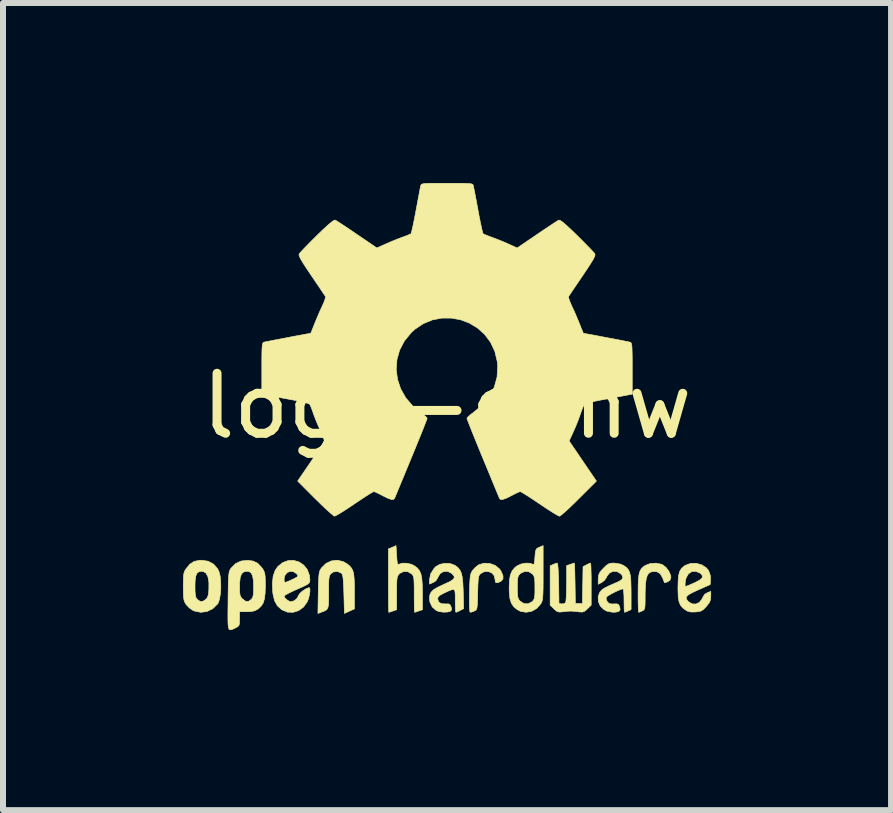
<source format=kicad_pcb>
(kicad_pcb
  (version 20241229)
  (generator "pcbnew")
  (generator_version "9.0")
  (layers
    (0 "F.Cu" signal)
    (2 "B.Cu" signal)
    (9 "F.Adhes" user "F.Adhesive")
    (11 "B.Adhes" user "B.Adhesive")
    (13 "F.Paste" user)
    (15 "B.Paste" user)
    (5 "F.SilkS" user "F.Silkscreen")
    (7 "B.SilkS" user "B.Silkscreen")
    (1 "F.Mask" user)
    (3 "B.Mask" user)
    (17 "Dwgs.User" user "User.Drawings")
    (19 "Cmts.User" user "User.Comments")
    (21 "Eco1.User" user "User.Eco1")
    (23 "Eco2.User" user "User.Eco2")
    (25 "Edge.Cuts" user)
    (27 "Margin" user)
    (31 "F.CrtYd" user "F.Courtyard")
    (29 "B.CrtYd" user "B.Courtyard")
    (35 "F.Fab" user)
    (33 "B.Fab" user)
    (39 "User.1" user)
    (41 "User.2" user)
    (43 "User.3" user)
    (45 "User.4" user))
  (footprint "logo-oshw"
    (layer "F.Cu")
    (at 4.401 3.717)
    (property "Reference" "logo-oshw" (at 0 0 0) (layer "F.SilkS") (effects (font (size 1 1) (thickness 0.15))))
    (attr exclude_from_pos_files exclude_from_bom)
    (fp_poly (pts (xy 3.571 2.637) (xy 3.594 2.647) (xy 3.65 2.691) (xy 3.698 2.755) (xy 3.727 2.823) (xy 3.732 2.857) (xy 3.716 2.904) (xy 3.68 2.928) (xy 3.643 2.943) (xy 3.625 2.946) (xy 3.617 2.926) (xy 3.6 2.882) (xy 3.593 2.863) (xy 3.552 2.794) (xy 3.493 2.76) (xy 3.417 2.761) (xy 3.411 2.763) (xy 3.37 2.782) (xy 3.34 2.819) (xy 3.32 2.88) (xy 3.308 2.968) (xy 3.303 3.088) (xy 3.302 3.152) (xy 3.302 3.252) (xy 3.3 3.321) (xy 3.296 3.365) (xy 3.287 3.39) (xy 3.274 3.405) (xy 3.253 3.416) (xy 3.252 3.416) (xy 3.213 3.433) (xy 3.194 3.439) (xy 3.191 3.42) (xy 3.188 3.369) (xy 3.186 3.292) (xy 3.185 3.196) (xy 3.185 3.125) (xy 3.186 2.989) (xy 3.19 2.885) (xy 3.2 2.808) (xy 3.216 2.752) (xy 3.24 2.711) (xy 3.274 2.679) (xy 3.308 2.656) (xy 3.388 2.626) (xy 3.482 2.62) (xy 3.571 2.637)) (stroke (width 0.01) (type solid)) (fill yes) (layer "F.SilkS"))
    (fp_poly (pts (xy -1.728 2.595) (xy -1.666 2.631) (xy -1.622 2.667) (xy -1.59 2.705) (xy -1.568 2.751) (xy -1.554 2.812) (xy -1.547 2.895) (xy -1.544 3.007) (xy -1.544 3.087) (xy -1.544 3.382) (xy -1.71 3.457) (xy -1.719 3.133) (xy -1.723 3.013) (xy -1.728 2.925) (xy -1.733 2.865) (xy -1.74 2.825) (xy -1.75 2.801) (xy -1.763 2.786) (xy -1.767 2.783) (xy -1.831 2.757) (xy -1.896 2.767) (xy -1.934 2.794) (xy -1.95 2.813) (xy -1.961 2.838) (xy -1.968 2.876) (xy -1.972 2.934) (xy -1.973 3.018) (xy -1.973 3.106) (xy -1.973 3.216) (xy -1.975 3.294) (xy -1.982 3.347) (xy -1.995 3.381) (xy -2.018 3.404) (xy -2.053 3.421) (xy -2.1 3.439) (xy -2.152 3.458) (xy -2.146 3.111) (xy -2.143 2.986) (xy -2.14 2.894) (xy -2.136 2.828) (xy -2.13 2.781) (xy -2.121 2.748) (xy -2.108 2.722) (xy -2.092 2.699) (xy -2.018 2.625) (xy -1.926 2.582) (xy -1.827 2.571) (xy -1.728 2.595)) (stroke (width 0.01) (type solid)) (fill yes) (layer "F.SilkS"))
    (fp_poly (pts (xy 0.713 2.625) (xy 0.802 2.657) (xy 0.874 2.715) (xy 0.902 2.756) (xy 0.933 2.831) (xy 0.932 2.885) (xy 0.9 2.921) (xy 0.888 2.928) (xy 0.837 2.947) (xy 0.81 2.942) (xy 0.802 2.91) (xy 0.801 2.892) (xy 0.785 2.826) (xy 0.742 2.78) (xy 0.683 2.758) (xy 0.617 2.763) (xy 0.564 2.792) (xy 0.546 2.809) (xy 0.533 2.829) (xy 0.524 2.859) (xy 0.519 2.907) (xy 0.515 2.978) (xy 0.512 3.08) (xy 0.511 3.112) (xy 0.509 3.222) (xy 0.506 3.3) (xy 0.501 3.351) (xy 0.494 3.383) (xy 0.483 3.401) (xy 0.467 3.412) (xy 0.457 3.417) (xy 0.413 3.433) (xy 0.388 3.439) (xy 0.379 3.421) (xy 0.374 3.365) (xy 0.372 3.272) (xy 0.374 3.141) (xy 0.374 3.121) (xy 0.377 3.002) (xy 0.381 2.914) (xy 0.386 2.853) (xy 0.393 2.809) (xy 0.404 2.778) (xy 0.419 2.751) (xy 0.427 2.74) (xy 0.472 2.69) (xy 0.522 2.651) (xy 0.528 2.647) (xy 0.618 2.62) (xy 0.713 2.625)) (stroke (width 0.01) (type solid)) (fill yes) (layer "F.SilkS"))
    (fp_poly (pts (xy -0.84 2.492) (xy -0.834 2.572) (xy -0.828 2.619) (xy -0.819 2.64) (xy -0.805 2.64) (xy -0.801 2.637) (xy -0.744 2.62) (xy -0.669 2.621) (xy -0.593 2.639) (xy -0.545 2.663) (xy -0.496 2.7) (xy -0.461 2.743) (xy -0.436 2.797) (xy -0.421 2.869) (xy -0.413 2.966) (xy -0.41 3.095) (xy -0.41 3.119) (xy -0.41 3.396) (xy -0.472 3.417) (xy -0.516 3.432) (xy -0.54 3.439) (xy -0.54 3.439) (xy -0.543 3.42) (xy -0.545 3.37) (xy -0.546 3.293) (xy -0.547 3.197) (xy -0.547 3.139) (xy -0.547 3.025) (xy -0.549 2.943) (xy -0.552 2.886) (xy -0.558 2.849) (xy -0.568 2.825) (xy -0.583 2.806) (xy -0.592 2.797) (xy -0.655 2.761) (xy -0.724 2.759) (xy -0.786 2.789) (xy -0.798 2.8) (xy -0.815 2.821) (xy -0.826 2.845) (xy -0.834 2.881) (xy -0.838 2.934) (xy -0.84 3.012) (xy -0.84 3.121) (xy -0.84 3.396) (xy -0.902 3.417) (xy -0.945 3.432) (xy -0.969 3.439) (xy -0.97 3.439) (xy -0.972 3.42) (xy -0.974 3.367) (xy -0.975 3.286) (xy -0.976 3.18) (xy -0.977 3.055) (xy -0.977 2.916) (xy -0.977 2.382) (xy -0.85 2.328) (xy -0.84 2.492)) (stroke (width 0.01) (type solid)) (fill yes) (layer "F.SilkS"))
    (fp_poly (pts (xy 2.396 2.637) (xy 2.399 2.688) (xy 2.401 2.766) (xy 2.403 2.865) (xy 2.403 2.968) (xy 2.403 3.319) (xy 2.341 3.38) (xy 2.299 3.418) (xy 2.261 3.434) (xy 2.21 3.433) (xy 2.19 3.43) (xy 2.127 3.423) (xy 2.074 3.419) (xy 2.061 3.419) (xy 2.018 3.421) (xy 1.957 3.427) (xy 1.933 3.43) (xy 1.874 3.435) (xy 1.834 3.425) (xy 1.795 3.394) (xy 1.781 3.38) (xy 1.719 3.319) (xy 1.719 2.664) (xy 1.769 2.641) (xy 1.812 2.624) (xy 1.837 2.618) (xy 1.844 2.637) (xy 1.85 2.689) (xy 1.855 2.768) (xy 1.859 2.87) (xy 1.861 2.955) (xy 1.866 3.292) (xy 1.913 3.299) (xy 1.955 3.294) (xy 1.976 3.279) (xy 1.982 3.251) (xy 1.987 3.192) (xy 1.99 3.108) (xy 1.992 3.009) (xy 1.993 2.957) (xy 1.993 2.661) (xy 2.054 2.64) (xy 2.098 2.625) (xy 2.122 2.618) (xy 2.122 2.618) (xy 2.125 2.637) (xy 2.127 2.688) (xy 2.13 2.766) (xy 2.132 2.864) (xy 2.134 2.955) (xy 2.139 3.292) (xy 2.257 3.292) (xy 2.262 2.985) (xy 2.267 2.677) (xy 2.325 2.648) (xy 2.367 2.627) (xy 2.392 2.618) (xy 2.392 2.618) (xy 2.396 2.637)) (stroke (width 0.01) (type solid)) (fill yes) (layer "F.SilkS"))
    (fp_poly (pts (xy -3.983 2.587) (xy -3.892 2.635) (xy -3.824 2.713) (xy -3.8 2.763) (xy -3.781 2.838) (xy -3.772 2.932) (xy -3.771 3.035) (xy -3.778 3.136) (xy -3.793 3.223) (xy -3.815 3.286) (xy -3.822 3.297) (xy -3.903 3.377) (xy -4 3.425) (xy -4.104 3.439) (xy -4.21 3.418) (xy -4.239 3.405) (xy -4.297 3.364) (xy -4.347 3.311) (xy -4.352 3.304) (xy -4.371 3.271) (xy -4.384 3.236) (xy -4.391 3.19) (xy -4.395 3.125) (xy -4.396 3.03) (xy -4.396 3.009) (xy -4.396 3.002) (xy -4.201 3.002) (xy -4.2 3.091) (xy -4.195 3.151) (xy -4.186 3.189) (xy -4.17 3.215) (xy -4.162 3.224) (xy -4.115 3.257) (xy -4.07 3.256) (xy -4.024 3.227) (xy -3.996 3.196) (xy -3.98 3.151) (xy -3.971 3.079) (xy -3.97 3.071) (xy -3.969 2.942) (xy -3.985 2.846) (xy -4.019 2.784) (xy -4.07 2.756) (xy -4.088 2.755) (xy -4.136 2.763) (xy -4.169 2.789) (xy -4.189 2.839) (xy -4.199 2.919) (xy -4.201 3.002) (xy -4.396 3.002) (xy -4.395 2.908) (xy -4.392 2.838) (xy -4.386 2.789) (xy -4.374 2.753) (xy -4.356 2.722) (xy -4.352 2.716) (xy -4.286 2.636) (xy -4.213 2.59) (xy -4.125 2.572) (xy -4.095 2.571) (xy -3.983 2.587)) (stroke (width 0.01) (type solid)) (fill yes) (layer "F.SilkS"))
    (fp_poly (pts (xy 4.245 2.648) (xy 4.323 2.698) (xy 4.36 2.744) (xy 4.389 2.826) (xy 4.392 2.891) (xy 4.386 2.977) (xy 4.186 3.065) (xy 4.089 3.11) (xy 4.025 3.146) (xy 3.992 3.177) (xy 3.986 3.207) (xy 4.005 3.241) (xy 4.025 3.263) (xy 4.084 3.298) (xy 4.148 3.301) (xy 4.207 3.273) (xy 4.25 3.218) (xy 4.258 3.199) (xy 4.295 3.138) (xy 4.338 3.113) (xy 4.396 3.09) (xy 4.396 3.174) (xy 4.391 3.231) (xy 4.371 3.279) (xy 4.328 3.334) (xy 4.322 3.342) (xy 4.275 3.391) (xy 4.234 3.417) (xy 4.183 3.429) (xy 4.141 3.433) (xy 4.066 3.434) (xy 4.012 3.421) (xy 3.979 3.403) (xy 3.926 3.362) (xy 3.89 3.318) (xy 3.867 3.262) (xy 3.854 3.187) (xy 3.85 3.084) (xy 3.849 3.032) (xy 3.851 2.97) (xy 3.968 2.97) (xy 3.97 3.003) (xy 3.973 3.009) (xy 3.996 3.001) (xy 4.044 2.982) (xy 4.109 2.954) (xy 4.122 2.948) (xy 4.204 2.906) (xy 4.249 2.87) (xy 4.259 2.835) (xy 4.236 2.801) (xy 4.216 2.785) (xy 4.145 2.755) (xy 4.079 2.76) (xy 4.024 2.797) (xy 3.986 2.863) (xy 3.973 2.916) (xy 3.968 2.97) (xy 3.851 2.97) (xy 3.852 2.911) (xy 3.861 2.821) (xy 3.879 2.755) (xy 3.909 2.707) (xy 3.953 2.669) (xy 3.972 2.656) (xy 4.059 2.624) (xy 4.154 2.622) (xy 4.245 2.648)) (stroke (width 0.01) (type solid)) (fill yes) (layer "F.SilkS"))
    (fp_poly (pts (xy 1.602 2.78) (xy 1.602 2.926) (xy 1.601 3.039) (xy 1.599 3.123) (xy 1.595 3.184) (xy 1.59 3.227) (xy 1.582 3.259) (xy 1.571 3.283) (xy 1.563 3.297) (xy 1.497 3.373) (xy 1.412 3.421) (xy 1.319 3.438) (xy 1.226 3.423) (xy 1.17 3.394) (xy 1.112 3.346) (xy 1.072 3.286) (xy 1.048 3.209) (xy 1.037 3.105) (xy 1.036 3.028) (xy 1.036 3.023) (xy 1.172 3.023) (xy 1.173 3.11) (xy 1.177 3.168) (xy 1.186 3.206) (xy 1.201 3.233) (xy 1.22 3.254) (xy 1.283 3.294) (xy 1.351 3.297) (xy 1.415 3.264) (xy 1.42 3.26) (xy 1.441 3.236) (xy 1.455 3.208) (xy 1.462 3.167) (xy 1.465 3.102) (xy 1.465 3.031) (xy 1.464 2.942) (xy 1.46 2.882) (xy 1.451 2.843) (xy 1.436 2.815) (xy 1.423 2.8) (xy 1.364 2.763) (xy 1.295 2.758) (xy 1.23 2.787) (xy 1.218 2.797) (xy 1.196 2.821) (xy 1.183 2.849) (xy 1.176 2.891) (xy 1.173 2.956) (xy 1.172 3.023) (xy 1.036 3.023) (xy 1.04 2.906) (xy 1.056 2.814) (xy 1.087 2.744) (xy 1.134 2.69) (xy 1.17 2.663) (xy 1.237 2.633) (xy 1.314 2.619) (xy 1.386 2.622) (xy 1.426 2.637) (xy 1.442 2.642) (xy 1.453 2.626) (xy 1.46 2.583) (xy 1.465 2.518) (xy 1.471 2.446) (xy 1.48 2.402) (xy 1.495 2.377) (xy 1.522 2.361) (xy 1.539 2.354) (xy 1.602 2.327) (xy 1.602 2.78)) (stroke (width 0.01) (type solid)) (fill yes) (layer "F.SilkS"))
    (fp_poly (pts (xy -2.466 2.6) (xy -2.389 2.652) (xy -2.329 2.726) (xy -2.294 2.822) (xy -2.286 2.892) (xy -2.287 2.921) (xy -2.294 2.943) (xy -2.313 2.963) (xy -2.35 2.986) (xy -2.41 3.015) (xy -2.5 3.055) (xy -2.501 3.055) (xy -2.584 3.093) (xy -2.652 3.127) (xy -2.698 3.153) (xy -2.716 3.167) (xy -2.716 3.167) (xy -2.701 3.199) (xy -2.665 3.233) (xy -2.624 3.258) (xy -2.603 3.263) (xy -2.546 3.246) (xy -2.497 3.203) (xy -2.474 3.156) (xy -2.451 3.122) (xy -2.406 3.082) (xy -2.353 3.048) (xy -2.306 3.029) (xy -2.297 3.028) (xy -2.286 3.045) (xy -2.285 3.088) (xy -2.293 3.146) (xy -2.308 3.207) (xy -2.329 3.261) (xy -2.33 3.264) (xy -2.392 3.351) (xy -2.473 3.41) (xy -2.565 3.439) (xy -2.66 3.436) (xy -2.752 3.397) (xy -2.756 3.395) (xy -2.828 3.33) (xy -2.875 3.245) (xy -2.901 3.133) (xy -2.905 3.102) (xy -2.911 2.954) (xy -2.903 2.884) (xy -2.716 2.884) (xy -2.713 2.928) (xy -2.7 2.94) (xy -2.667 2.931) (xy -2.615 2.908) (xy -2.556 2.881) (xy -2.555 2.88) (xy -2.505 2.854) (xy -2.485 2.836) (xy -2.49 2.818) (xy -2.511 2.794) (xy -2.563 2.759) (xy -2.62 2.757) (xy -2.671 2.782) (xy -2.706 2.831) (xy -2.716 2.884) (xy -2.903 2.884) (xy -2.898 2.835) (xy -2.865 2.741) (xy -2.82 2.675) (xy -2.737 2.609) (xy -2.646 2.576) (xy -2.554 2.574) (xy -2.466 2.6)) (stroke (width 0.01) (type solid)) (fill yes) (layer "F.SilkS"))
    (fp_poly (pts (xy 0.054 2.626) (xy 0.13 2.655) (xy 0.131 2.655) (xy 0.178 2.69) (xy 0.213 2.731) (xy 0.238 2.784) (xy 0.254 2.856) (xy 0.264 2.953) (xy 0.27 3.082) (xy 0.27 3.1) (xy 0.277 3.377) (xy 0.218 3.408) (xy 0.175 3.429) (xy 0.149 3.439) (xy 0.148 3.439) (xy 0.143 3.421) (xy 0.139 3.372) (xy 0.137 3.3) (xy 0.137 3.242) (xy 0.137 3.148) (xy 0.132 3.089) (xy 0.118 3.061) (xy 0.085 3.06) (xy 0.03 3.081) (xy -0.054 3.12) (xy -0.115 3.153) (xy -0.147 3.181) (xy -0.156 3.212) (xy -0.156 3.213) (xy -0.141 3.266) (xy -0.095 3.295) (xy -0.026 3.299) (xy 0.024 3.298) (xy 0.051 3.313) (xy 0.067 3.347) (xy 0.077 3.391) (xy 0.063 3.416) (xy 0.058 3.42) (xy 0.009 3.434) (xy -0.058 3.437) (xy -0.128 3.427) (xy -0.178 3.41) (xy -0.246 3.351) (xy -0.285 3.27) (xy -0.293 3.207) (xy -0.287 3.15) (xy -0.266 3.104) (xy -0.224 3.062) (xy -0.155 3.021) (xy -0.055 2.974) (xy -0.049 2.971) (xy 0.041 2.93) (xy 0.097 2.895) (xy 0.121 2.865) (xy 0.116 2.833) (xy 0.084 2.797) (xy 0.075 2.789) (xy 0.012 2.757) (xy -0.054 2.758) (xy -0.111 2.79) (xy -0.149 2.848) (xy -0.152 2.859) (xy -0.187 2.915) (xy -0.23 2.942) (xy -0.293 2.968) (xy -0.293 2.9) (xy -0.274 2.8) (xy -0.217 2.709) (xy -0.188 2.678) (xy -0.12 2.639) (xy -0.035 2.622) (xy 0.054 2.626)) (stroke (width 0.01) (type solid)) (fill yes) (layer "F.SilkS"))
    (fp_poly (pts (xy -3.231 2.585) (xy -3.156 2.622) (xy -3.091 2.69) (xy -3.072 2.716) (xy -3.053 2.749) (xy -3.04 2.785) (xy -3.032 2.833) (xy -3.029 2.903) (xy -3.028 2.994) (xy -3.032 3.12) (xy -3.043 3.214) (xy -3.065 3.285) (xy -3.1 3.338) (xy -3.149 3.383) (xy -3.153 3.385) (xy -3.202 3.412) (xy -3.261 3.426) (xy -3.336 3.429) (xy -3.458 3.429) (xy -3.458 3.547) (xy -3.459 3.613) (xy -3.466 3.652) (xy -3.484 3.675) (xy -3.519 3.695) (xy -3.527 3.699) (xy -3.566 3.718) (xy -3.596 3.729) (xy -3.619 3.73) (xy -3.635 3.717) (xy -3.645 3.685) (xy -3.65 3.63) (xy -3.652 3.549) (xy -3.652 3.437) (xy -3.65 3.292) (xy -3.65 3.248) (xy -3.648 3.098) (xy -3.646 3) (xy -3.458 3) (xy -3.457 3.083) (xy -3.453 3.138) (xy -3.442 3.174) (xy -3.423 3.201) (xy -3.41 3.215) (xy -3.358 3.254) (xy -3.312 3.258) (xy -3.264 3.225) (xy -3.263 3.224) (xy -3.244 3.199) (xy -3.232 3.164) (xy -3.226 3.112) (xy -3.224 3.031) (xy -3.224 3.013) (xy -3.228 2.902) (xy -3.243 2.825) (xy -3.269 2.778) (xy -3.309 2.757) (xy -3.332 2.755) (xy -3.387 2.765) (xy -3.425 2.798) (xy -3.447 2.858) (xy -3.457 2.95) (xy -3.458 3) (xy -3.646 3) (xy -3.646 2.982) (xy -3.643 2.895) (xy -3.639 2.831) (xy -3.634 2.786) (xy -3.627 2.754) (xy -3.617 2.73) (xy -3.604 2.709) (xy -3.598 2.701) (xy -3.525 2.627) (xy -3.432 2.584) (xy -3.325 2.573) (xy -3.231 2.585)) (stroke (width 0.01) (type solid)) (fill yes) (layer "F.SilkS"))
    (fp_poly (pts (xy 2.887 2.634) (xy 2.944 2.659) (xy 2.988 2.69) (xy 3.02 2.725) (xy 3.042 2.77) (xy 3.057 2.831) (xy 3.064 2.915) (xy 3.067 3.028) (xy 3.068 3.103) (xy 3.068 3.393) (xy 3.018 3.416) (xy 2.979 3.433) (xy 2.959 3.439) (xy 2.955 3.421) (xy 2.952 3.372) (xy 2.951 3.3) (xy 2.95 3.243) (xy 2.949 3.161) (xy 2.944 3.096) (xy 2.938 3.056) (xy 2.933 3.048) (xy 2.898 3.057) (xy 2.844 3.079) (xy 2.781 3.109) (xy 2.72 3.141) (xy 2.674 3.17) (xy 2.652 3.19) (xy 2.652 3.19) (xy 2.654 3.227) (xy 2.671 3.262) (xy 2.7 3.291) (xy 2.743 3.3) (xy 2.78 3.299) (xy 2.832 3.298) (xy 2.859 3.31) (xy 2.876 3.343) (xy 2.878 3.349) (xy 2.885 3.395) (xy 2.866 3.423) (xy 2.816 3.436) (xy 2.763 3.438) (xy 2.666 3.42) (xy 2.616 3.394) (xy 2.554 3.333) (xy 2.522 3.258) (xy 2.519 3.178) (xy 2.546 3.104) (xy 2.588 3.058) (xy 2.63 3.032) (xy 2.695 2.999) (xy 2.771 2.966) (xy 2.784 2.96) (xy 2.867 2.924) (xy 2.916 2.891) (xy 2.931 2.859) (xy 2.917 2.822) (xy 2.892 2.794) (xy 2.833 2.759) (xy 2.768 2.756) (xy 2.709 2.783) (xy 2.666 2.837) (xy 2.661 2.851) (xy 2.628 2.902) (xy 2.581 2.94) (xy 2.52 2.971) (xy 2.52 2.883) (xy 2.524 2.829) (xy 2.539 2.787) (xy 2.573 2.741) (xy 2.605 2.706) (xy 2.655 2.657) (xy 2.694 2.631) (xy 2.736 2.62) (xy 2.783 2.618) (xy 2.887 2.634)) (stroke (width 0.01) (type solid)) (fill yes) (layer "F.SilkS"))
    (fp_poly (pts (xy 0.14 -3.712) (xy 0.246 -3.712) (xy 0.322 -3.71) (xy 0.374 -3.707) (xy 0.407 -3.702) (xy 0.426 -3.695) (xy 0.435 -3.684) (xy 0.439 -3.67) (xy 0.44 -3.668) (xy 0.446 -3.636) (xy 0.459 -3.572) (xy 0.476 -3.483) (xy 0.496 -3.376) (xy 0.518 -3.258) (xy 0.518 -3.254) (xy 0.54 -3.138) (xy 0.561 -3.036) (xy 0.579 -2.953) (xy 0.592 -2.897) (xy 0.601 -2.872) (xy 0.601 -2.871) (xy 0.626 -2.859) (xy 0.676 -2.839) (xy 0.742 -2.814) (xy 0.742 -2.814) (xy 0.825 -2.783) (xy 0.923 -2.744) (xy 1.015 -2.704) (xy 1.019 -2.702) (xy 1.169 -2.634) (xy 1.501 -2.86) (xy 1.603 -2.929) (xy 1.696 -2.991) (xy 1.773 -3.042) (xy 1.83 -3.079) (xy 1.861 -3.098) (xy 1.864 -3.099) (xy 1.887 -3.093) (xy 1.93 -3.063) (xy 1.994 -3.008) (xy 2.081 -2.927) (xy 2.171 -2.84) (xy 2.256 -2.755) (xy 2.333 -2.677) (xy 2.397 -2.611) (xy 2.442 -2.563) (xy 2.464 -2.536) (xy 2.464 -2.535) (xy 2.467 -2.517) (xy 2.458 -2.487) (xy 2.435 -2.441) (xy 2.395 -2.376) (xy 2.338 -2.288) (xy 2.261 -2.173) (xy 2.193 -2.073) (xy 2.132 -1.983) (xy 2.081 -1.908) (xy 2.045 -1.854) (xy 2.027 -1.827) (xy 2.026 -1.825) (xy 2.028 -1.798) (xy 2.045 -1.747) (xy 2.073 -1.68) (xy 2.083 -1.659) (xy 2.127 -1.564) (xy 2.173 -1.456) (xy 2.211 -1.363) (xy 2.238 -1.294) (xy 2.26 -1.241) (xy 2.272 -1.214) (xy 2.274 -1.211) (xy 2.297 -1.208) (xy 2.351 -1.198) (xy 2.429 -1.184) (xy 2.524 -1.166) (xy 2.628 -1.146) (xy 2.735 -1.126) (xy 2.837 -1.107) (xy 2.927 -1.089) (xy 2.998 -1.075) (xy 3.042 -1.066) (xy 3.053 -1.063) (xy 3.064 -1.057) (xy 3.073 -1.042) (xy 3.079 -1.015) (xy 3.083 -0.97) (xy 3.085 -0.902) (xy 3.087 -0.806) (xy 3.087 -0.678) (xy 3.087 -0.625) (xy 3.087 -0.198) (xy 2.985 -0.178) (xy 2.927 -0.167) (xy 2.842 -0.151) (xy 2.739 -0.132) (xy 2.629 -0.111) (xy 2.599 -0.106) (xy 2.497 -0.086) (xy 2.408 -0.067) (xy 2.34 -0.049) (xy 2.3 -0.036) (xy 2.293 -0.032) (xy 2.277 -0.004) (xy 2.253 0.051) (xy 2.227 0.122) (xy 2.222 0.137) (xy 2.188 0.231) (xy 2.146 0.337) (xy 2.104 0.432) (xy 2.104 0.433) (xy 2.035 0.583) (xy 2.49 1.252) (xy 2.197 1.544) (xy 2.109 1.631) (xy 2.029 1.708) (xy 1.96 1.77) (xy 1.909 1.814) (xy 1.879 1.835) (xy 1.874 1.837) (xy 1.849 1.826) (xy 1.797 1.797) (xy 1.725 1.752) (xy 1.637 1.695) (xy 1.543 1.631) (xy 1.447 1.567) (xy 1.361 1.51) (xy 1.291 1.466) (xy 1.242 1.437) (xy 1.221 1.426) (xy 1.194 1.435) (xy 1.144 1.458) (xy 1.08 1.491) (xy 1.074 1.494) (xy 0.988 1.537) (xy 0.929 1.558) (xy 0.893 1.559) (xy 0.874 1.539) (xy 0.874 1.539) (xy 0.864 1.515) (xy 0.841 1.46) (xy 0.807 1.378) (xy 0.763 1.272) (xy 0.712 1.147) (xy 0.654 1.007) (xy 0.598 0.872) (xy 0.536 0.722) (xy 0.48 0.584) (xy 0.43 0.461) (xy 0.389 0.357) (xy 0.358 0.277) (xy 0.338 0.225) (xy 0.332 0.206) (xy 0.347 0.183) (xy 0.386 0.148) (xy 0.439 0.109) (xy 0.588 -0.015) (xy 0.705 -0.156) (xy 0.787 -0.313) (xy 0.834 -0.482) (xy 0.845 -0.66) (xy 0.837 -0.742) (xy 0.796 -0.913) (xy 0.724 -1.064) (xy 0.627 -1.193) (xy 0.509 -1.299) (xy 0.374 -1.381) (xy 0.227 -1.437) (xy 0.072 -1.465) (xy -0.087 -1.465) (xy -0.244 -1.435) (xy -0.396 -1.372) (xy -0.538 -1.277) (xy -0.597 -1.222) (xy -0.711 -1.083) (xy -0.79 -0.932) (xy -0.835 -0.771) (xy -0.847 -0.607) (xy -0.825 -0.443) (xy -0.772 -0.284) (xy -0.686 -0.134) (xy -0.569 0.002) (xy -0.439 0.109) (xy -0.384 0.15) (xy -0.346 0.185) (xy -0.332 0.206) (xy -0.339 0.229) (xy -0.36 0.283) (xy -0.392 0.366) (xy -0.434 0.471) (xy -0.485 0.596) (xy -0.542 0.736) (xy -0.598 0.872) (xy -0.66 1.021) (xy -0.717 1.16) (xy -0.768 1.283) (xy -0.811 1.387) (xy -0.844 1.467) (xy -0.866 1.519) (xy -0.874 1.539) (xy -0.893 1.558) (xy -0.929 1.558) (xy -0.988 1.537) (xy -1.073 1.495) (xy -1.074 1.494) (xy -1.138 1.461) (xy -1.19 1.437) (xy -1.219 1.426) (xy -1.221 1.426) (xy -1.243 1.437) (xy -1.292 1.466) (xy -1.362 1.511) (xy -1.447 1.567) (xy -1.543 1.631) (xy -1.639 1.696) (xy -1.727 1.753) (xy -1.799 1.797) (xy -1.85 1.826) (xy -1.874 1.837) (xy -1.897 1.823) (xy -1.942 1.786) (xy -2.006 1.729) (xy -2.083 1.656) (xy -2.169 1.572) (xy -2.198 1.544) (xy -2.49 1.251) (xy -2.267 0.925) (xy -2.2 0.825) (xy -2.14 0.735) (xy -2.093 0.661) (xy -2.06 0.607) (xy -2.045 0.579) (xy -2.045 0.577) (xy -2.053 0.551) (xy -2.073 0.498) (xy -2.103 0.427) (xy -2.124 0.38) (xy -2.164 0.29) (xy -2.201 0.198) (xy -2.23 0.121) (xy -2.237 0.098) (xy -2.26 0.035) (xy -2.281 -0.014) (xy -2.293 -0.032) (xy -2.319 -0.043) (xy -2.377 -0.059) (xy -2.458 -0.078) (xy -2.555 -0.098) (xy -2.599 -0.106) (xy -2.709 -0.126) (xy -2.815 -0.146) (xy -2.906 -0.163) (xy -2.972 -0.175) (xy -2.985 -0.178) (xy -3.087 -0.198) (xy -3.087 -0.625) (xy -3.087 -0.766) (xy -3.086 -0.872) (xy -3.084 -0.949) (xy -3.08 -1.002) (xy -3.075 -1.035) (xy -3.067 -1.053) (xy -3.057 -1.062) (xy -3.053 -1.063) (xy -3.028 -1.069) (xy -2.972 -1.08) (xy -2.892 -1.096) (xy -2.796 -1.114) (xy -2.691 -1.134) (xy -2.585 -1.155) (xy -2.483 -1.174) (xy -2.395 -1.19) (xy -2.325 -1.203) (xy -2.283 -1.21) (xy -2.274 -1.211) (xy -2.265 -1.228) (xy -2.246 -1.273) (xy -2.221 -1.338) (xy -2.211 -1.363) (xy -2.171 -1.46) (xy -2.125 -1.568) (xy -2.083 -1.659) (xy -2.052 -1.728) (xy -2.032 -1.785) (xy -2.025 -1.82) (xy -2.026 -1.825) (xy -2.041 -1.847) (xy -2.074 -1.896) (xy -2.121 -1.967) (xy -2.181 -2.055) (xy -2.248 -2.154) (xy -2.261 -2.173) (xy -2.339 -2.289) (xy -2.396 -2.377) (xy -2.435 -2.442) (xy -2.458 -2.487) (xy -2.467 -2.516) (xy -2.465 -2.535) (xy -2.464 -2.535) (xy -2.445 -2.559) (xy -2.402 -2.605) (xy -2.341 -2.669) (xy -2.265 -2.746) (xy -2.18 -2.831) (xy -2.171 -2.84) (xy -2.063 -2.944) (xy -1.98 -3.02) (xy -1.92 -3.07) (xy -1.882 -3.096) (xy -1.864 -3.099) (xy -1.84 -3.085) (xy -1.788 -3.052) (xy -1.714 -3.004) (xy -1.625 -2.944) (xy -1.525 -2.876) (xy -1.501 -2.86) (xy -1.169 -2.634) (xy -1.019 -2.702) (xy -0.928 -2.741) (xy -0.83 -2.781) (xy -0.746 -2.813) (xy -0.742 -2.814) (xy -0.677 -2.838) (xy -0.626 -2.859) (xy -0.601 -2.871) (xy -0.601 -2.871) (xy -0.593 -2.893) (xy -0.58 -2.948) (xy -0.562 -3.029) (xy -0.542 -3.129) (xy -0.52 -3.244) (xy -0.518 -3.254) (xy -0.496 -3.372) (xy -0.476 -3.479) (xy -0.459 -3.569) (xy -0.447 -3.634) (xy -0.44 -3.668) (xy -0.44 -3.668) (xy -0.435 -3.683) (xy -0.427 -3.693) (xy -0.41 -3.701) (xy -0.379 -3.707) (xy -0.329 -3.71) (xy -0.256 -3.712) (xy -0.153 -3.712) (xy -0.018 -3.712) (xy 0 -3.712) (xy 0.14 -3.712)) (stroke (width 0.01) (type solid)) (fill yes) (layer "F.SilkS")))
  (gr_rect
    (start -3 -3)
    (end 11.802 10.453)
    (stroke (width 0.1) (type default))
    (fill no)
    (layer "Edge.Cuts")))
</source>
